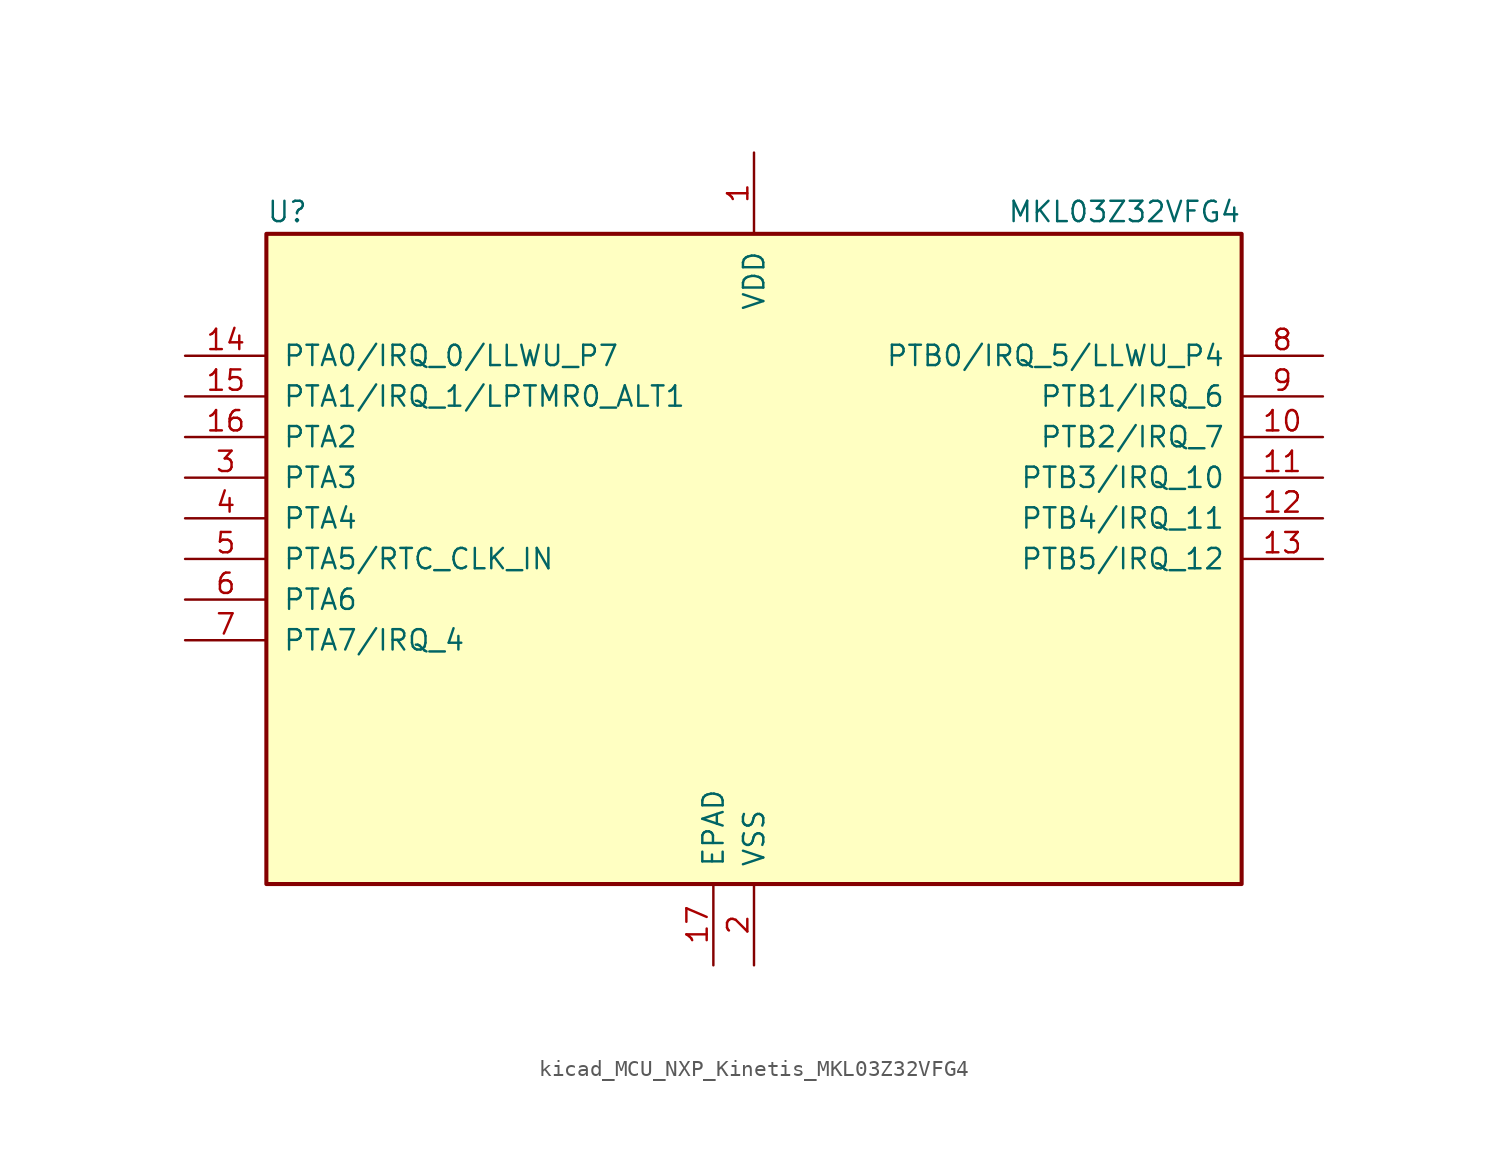
<source format=kicad_sym>
(kicad_symbol_lib
  (version 20220914)
  (generator kicad_symbol_editor)
  (symbol "kicad_MCU_NXP_Kinetis_MKL03Z32VFG4"
    (pin_names
      (offset 1.016))
    (property "Reference" "U"
      (at -30.48 20.955 0)
      (effects (font (size 1.27 1.27)) (justify left bottom)))
    (property "Value" "MKL03Z32VFG4"
      (at 30.48 20.955 0)
      (effects (font (size 1.27 1.27)) (justify right bottom)))
    (symbol "kicad_MCU_NXP_Kinetis_MKL03Z32VFG4_0_1"
      (rectangle (start -30.48 20.32) (end 30.48 -20.32) (stroke (width 0.254) (type default)) (fill (type background))))
    (symbol "kicad_MCU_NXP_Kinetis_MKL03Z32VFG4_1_1"
      (pin power_in line (at 0 25.4 270) (length 5.08) (name "VDD" (effects (font (size 1.27 1.27)))) (number "1" (effects (font (size 1.27 1.27)))))
      (pin bidirectional line (at 35.56 7.62 180) (length 5.08) (name "PTB2/IRQ_7" (effects (font (size 1.27 1.27)))) (number "10" (effects (font (size 1.27 1.27)))))
      (pin bidirectional line (at 35.56 5.08 180) (length 5.08) (name "PTB3/IRQ_10" (effects (font (size 1.27 1.27)))) (number "11" (effects (font (size 1.27 1.27)))))
      (pin bidirectional line (at 35.56 2.54 180) (length 5.08) (name "PTB4/IRQ_11" (effects (font (size 1.27 1.27)))) (number "12" (effects (font (size 1.27 1.27)))))
      (pin bidirectional line (at 35.56 0 180) (length 5.08) (name "PTB5/IRQ_12" (effects (font (size 1.27 1.27)))) (number "13" (effects (font (size 1.27 1.27)))))
      (pin bidirectional line (at -35.56 12.7 0) (length 5.08) (name "PTA0/IRQ_0/LLWU_P7" (effects (font (size 1.27 1.27)))) (number "14" (effects (font (size 1.27 1.27)))))
      (pin bidirectional line (at -35.56 10.16 0) (length 5.08) (name "PTA1/IRQ_1/LPTMR0_ALT1" (effects (font (size 1.27 1.27)))) (number "15" (effects (font (size 1.27 1.27)))))
      (pin bidirectional line (at -35.56 7.62 0) (length 5.08) (name "PTA2" (effects (font (size 1.27 1.27)))) (number "16" (effects (font (size 1.27 1.27)))))
      (pin power_in line (at -2.54 -25.4 90) (length 5.08) (name "EPAD" (effects (font (size 1.27 1.27)))) (number "17" (effects (font (size 1.27 1.27)))))
      (pin power_in line (at 0 -25.4 90) (length 5.08) (name "VSS" (effects (font (size 1.27 1.27)))) (number "2" (effects (font (size 1.27 1.27)))))
      (pin bidirectional line (at -35.56 5.08 0) (length 5.08) (name "PTA3" (effects (font (size 1.27 1.27)))) (number "3" (effects (font (size 1.27 1.27)))))
      (pin bidirectional line (at -35.56 2.54 0) (length 5.08) (name "PTA4" (effects (font (size 1.27 1.27)))) (number "4" (effects (font (size 1.27 1.27)))))
      (pin bidirectional line (at -35.56 0 0) (length 5.08) (name "PTA5/RTC_CLK_IN" (effects (font (size 1.27 1.27)))) (number "5" (effects (font (size 1.27 1.27)))))
      (pin bidirectional line (at -35.56 -2.54 0) (length 5.08) (name "PTA6" (effects (font (size 1.27 1.27)))) (number "6" (effects (font (size 1.27 1.27)))))
      (pin bidirectional line (at -35.56 -5.08 0) (length 5.08) (name "PTA7/IRQ_4" (effects (font (size 1.27 1.27)))) (number "7" (effects (font (size 1.27 1.27)))))
      (pin bidirectional line (at 35.56 12.7 180) (length 5.08) (name "PTB0/IRQ_5/LLWU_P4" (effects (font (size 1.27 1.27)))) (number "8" (effects (font (size 1.27 1.27)))))
      (pin bidirectional line (at 35.56 10.16 180) (length 5.08) (name "PTB1/IRQ_6" (effects (font (size 1.27 1.27)))) (number "9" (effects (font (size 1.27 1.27))))))))
</source>
